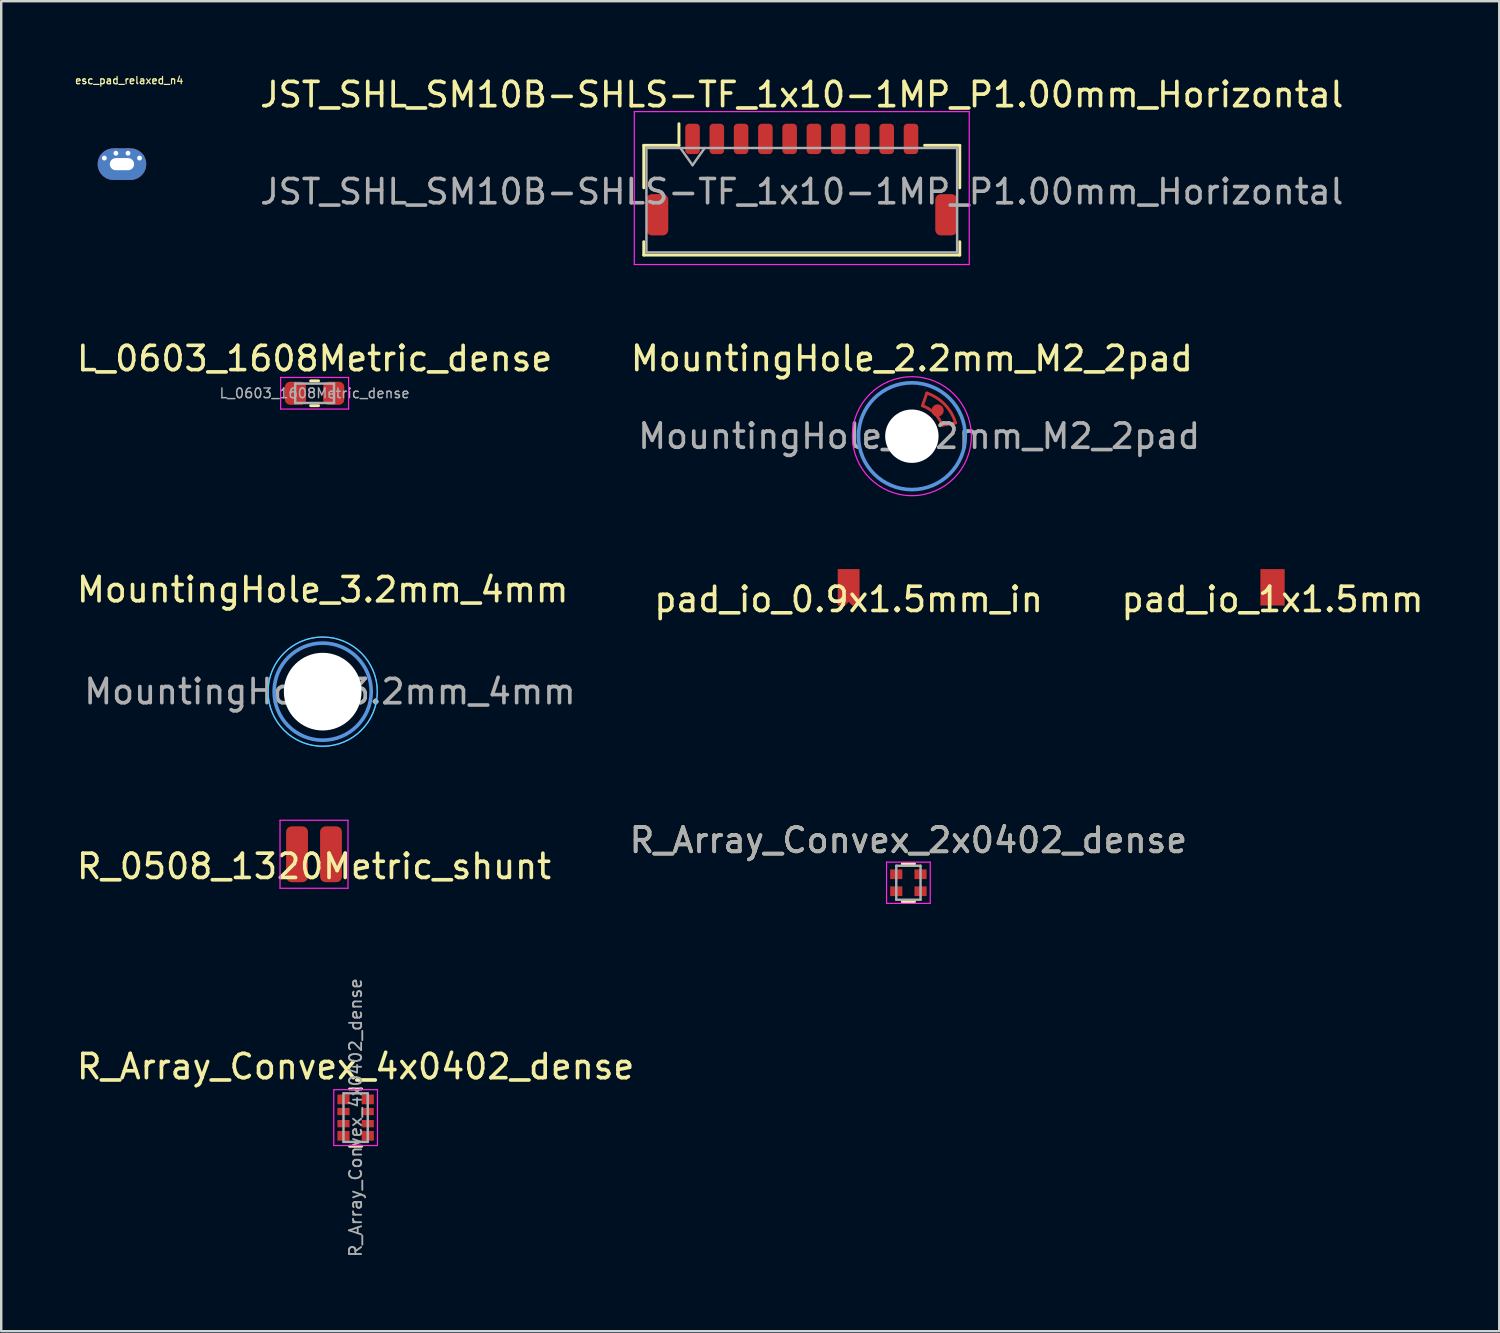
<source format=kicad_pcb>
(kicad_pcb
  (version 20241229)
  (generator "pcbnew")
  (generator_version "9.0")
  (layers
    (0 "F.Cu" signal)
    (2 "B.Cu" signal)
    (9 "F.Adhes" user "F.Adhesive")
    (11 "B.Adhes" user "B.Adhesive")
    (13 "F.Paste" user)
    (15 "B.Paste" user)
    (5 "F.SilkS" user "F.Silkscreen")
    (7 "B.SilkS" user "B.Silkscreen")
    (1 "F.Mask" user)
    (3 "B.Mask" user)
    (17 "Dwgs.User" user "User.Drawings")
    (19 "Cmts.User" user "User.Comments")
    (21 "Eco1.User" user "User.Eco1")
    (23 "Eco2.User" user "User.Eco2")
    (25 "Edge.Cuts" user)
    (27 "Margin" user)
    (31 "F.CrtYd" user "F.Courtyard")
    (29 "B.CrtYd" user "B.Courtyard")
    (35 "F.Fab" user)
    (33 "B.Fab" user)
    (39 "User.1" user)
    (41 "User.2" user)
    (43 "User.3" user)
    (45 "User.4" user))
  (footprint "esc_pad_relaxed_n4"
    (layer "F.Cu")
    (at 1.974 3.713)
    (property "Reference" "esc_pad_relaxed_n4" (at 0.3 -3.45 0) (layer "F.SilkS") (effects (font (size 0.3 0.3) (thickness 0.05))))
    (attr through_hole)
    (pad "1" thru_hole oval (at -0.725 -0.25) (size 0.4 0.4) (drill 0.2) (layers "*.Cu" "*.Mask"))
    (pad "1" thru_hole oval (at -0.25 -0.45) (size 0.4 0.4) (drill 0.2) (layers "*.Cu" "*.Mask"))
    (pad "1" thru_hole oval (at 0 0) (size 2 1.3) (drill oval 1 0.5) (layers "*.Cu" "*.Mask"))
    (pad "1" thru_hole oval (at 0.25 -0.45) (size 0.4 0.4) (drill 0.2) (layers "*.Cu" "*.Mask"))
    (pad "1" thru_hole oval (at 0.725 -0.25) (size 0.4 0.4) (drill 0.2) (layers "*.Cu" "*.Mask")))
  (footprint "pad_io_0.9x1.5mm_in"
    (layer "F.Cu")
    (at 31.913 21.146)
    (property "Reference" "pad_io_0.9x1.5mm_in" (at 0 0.5 0) (layer "F.SilkS") (effects (font (size 1 1) (thickness 0.15))))
    (attr exclude_from_pos_files exclude_from_bom)
    (pad "1" smd custom (at 0 0) (size 0.8 0.8) (layers "F.Cu" "F.Mask") (options (anchor rect)) (primitives (gr_poly (pts (xy 0.45 0.75) (xy 0.15 0.75) (xy 0 0.6) (xy -0.15 0.75) (xy -0.45 0.75) (xy -0.45 -0.75) (xy 0.45 -0.75)) (width 0) (fill yes)))))
  (footprint "MountingHole_2.2mm_M2_2pad"
    (layer "F.Cu")
    (at 34.518 14.921)
    (property "Reference" "MountingHole_2.2mm_M2_2pad" (at 0 -3.2 0) (layer "F.SilkS") (effects (font (size 1 1) (thickness 0.15))))
    (attr exclude_from_pos_files exclude_from_bom)
    (fp_line (start 0.435 -1.255) (end 0.616 -1.778) (stroke (width 0.12) (type solid)) (layer "F.Cu"))
    (fp_line (start 1.25 -0.45) (end 1.8 -0.55) (stroke (width 0.12) (type solid)) (layer "F.Cu"))
    (fp_arc (start 0.434736 -1.25539) (mid 0.933674 -0.94512) (end 1.25 -0.449999) (stroke (width 0.12) (type solid)) (layer "F.Cu"))
    (fp_arc (start 0.616159 -1.77844) (mid 1.355257 -1.306054) (end 1.8 -0.55) (stroke (width 0.12) (type solid)) (layer "F.Cu"))
    (fp_circle (center 0 0) (end 2.2 0) (stroke (width 0.15) (type solid)) (fill no) (layer "Cmts.User"))
    (fp_circle (center 0 0) (end 2.45 0) (stroke (width 0.05) (type solid)) (fill no) (layer "F.CrtYd"))
    (fp_text user "${REFERENCE}" (at 0.3 0 0) (layer "F.Fab") (effects (font (size 1 1) (thickness 0.15))))
    (pad "" np_thru_hole circle (at 0 0) (size 2.2 2.2) (drill 2.2) (layers "*.Cu" "*.Mask"))
    (pad "2" smd circle (at 1.061 -1.061) (size 0.5 0.5) (layers "F.Cu" "F.Mask" "F.Paste")))
  (footprint "R_Array_Convex_4x0402_dense"
    (layer "F.Cu")
    (at 11.601 42.994)
    (property "Reference" "R_Array_Convex_4x0402_dense" (at 0 -2.1 0) (layer "F.SilkS") (effects (font (size 1 1) (thickness 0.15))))
    (attr smd)
    (fp_line (start 0.25 -1.18) (end -0.25 -1.18) (stroke (width 0.12) (type solid)) (layer "F.SilkS"))
    (fp_line (start 0.25 1.18) (end -0.25 1.18) (stroke (width 0.12) (type solid)) (layer "F.SilkS"))
    (fp_line (start -0.9 -1.15) (end -0.9 1.15) (stroke (width 0.05) (type solid)) (layer "F.CrtYd"))
    (fp_line (start -0.9 -1.15) (end 0.9 -1.15) (stroke (width 0.05) (type solid)) (layer "F.CrtYd"))
    (fp_line (start 0.9 1.15) (end -0.9 1.15) (stroke (width 0.05) (type solid)) (layer "F.CrtYd"))
    (fp_line (start 0.9 1.15) (end 0.9 -1.15) (stroke (width 0.05) (type solid)) (layer "F.CrtYd"))
    (fp_line (start -0.5 -1) (end 0.5 -1) (stroke (width 0.1) (type solid)) (layer "F.Fab"))
    (fp_line (start -0.5 1) (end -0.5 -1) (stroke (width 0.1) (type solid)) (layer "F.Fab"))
    (fp_line (start 0.5 -1) (end 0.5 1) (stroke (width 0.1) (type solid)) (layer "F.Fab"))
    (fp_line (start 0.5 1) (end -0.5 1) (stroke (width 0.1) (type solid)) (layer "F.Fab"))
    (fp_text user "${REFERENCE}" (at 0 0 90) (layer "F.Fab") (effects (font (size 0.5 0.5) (thickness 0.075))))
    (pad "1" smd rect (at -0.5 -0.75) (size 0.5 0.4) (layers "F.Cu" "F.Mask" "F.Paste"))
    (pad "2" smd rect (at -0.5 -0.25) (size 0.5 0.3) (layers "F.Cu" "F.Mask" "F.Paste"))
    (pad "3" smd rect (at -0.5 0.25) (size 0.5 0.3) (layers "F.Cu" "F.Mask" "F.Paste"))
    (pad "4" smd rect (at -0.5 0.75) (size 0.5 0.4) (layers "F.Cu" "F.Mask" "F.Paste"))
    (pad "5" smd rect (at 0.5 0.75) (size 0.5 0.4) (layers "F.Cu" "F.Mask" "F.Paste"))
    (pad "6" smd rect (at 0.5 0.25) (size 0.5 0.3) (layers "F.Cu" "F.Mask" "F.Paste"))
    (pad "7" smd rect (at 0.5 -0.25) (size 0.5 0.3) (layers "F.Cu" "F.Mask" "F.Paste"))
    (pad "8" smd rect (at 0.5 -0.75) (size 0.5 0.4) (layers "F.Cu" "F.Mask" "F.Paste")))
  (footprint "pad_io_1x1.5mm"
    (layer "F.Cu")
    (at 49.377 21.146)
    (property "Reference" "pad_io_1x1.5mm" (at 0 0.5 0) (layer "F.SilkS") (effects (font (size 1 1) (thickness 0.15))))
    (attr exclude_from_pos_files exclude_from_bom)
    (pad "1" smd rect (at 0 0) (size 1 1.5) (layers "F.Cu" "F.Mask")))
  (footprint "JST_SHL_SM10B-SHLS-TF_1x10-1MP_P1.00mm_Horizontal"
    (layer "F.Cu")
    (at 29.982 4.348)
    (property "Reference" "JST_SHL_SM10B-SHLS-TF_1x10-1MP_P1.00mm_Horizontal" (at 0 -3.5 0) (layer "F.SilkS") (effects (font (size 1 1) (thickness 0.15))))
    (attr smd)
    (fp_line (start -6.51 -1.41) (end -5.06 -1.41) (stroke (width 0.12) (type solid)) (layer "F.SilkS"))
    (fp_line (start -6.51 0.34) (end -6.51 -1.41) (stroke (width 0.12) (type solid)) (layer "F.SilkS"))
    (fp_line (start -6.51 2.56) (end -6.51 3.11) (stroke (width 0.12) (type solid)) (layer "F.SilkS"))
    (fp_line (start -6.51 3.11) (end 6.51 3.11) (stroke (width 0.12) (type solid)) (layer "F.SilkS"))
    (fp_line (start -5.06 -1.41) (end -5.06 -2.3) (stroke (width 0.12) (type solid)) (layer "F.SilkS"))
    (fp_line (start 6.51 -1.41) (end 5.06 -1.41) (stroke (width 0.12) (type solid)) (layer "F.SilkS"))
    (fp_line (start 6.51 0.34) (end 6.51 -1.41) (stroke (width 0.12) (type solid)) (layer "F.SilkS"))
    (fp_line (start 6.51 3.11) (end 6.51 2.56) (stroke (width 0.12) (type solid)) (layer "F.SilkS"))
    (fp_line (start -6.9 -2.8) (end -6.9 3.5) (stroke (width 0.05) (type solid)) (layer "F.CrtYd"))
    (fp_line (start -6.9 3.5) (end 6.9 3.5) (stroke (width 0.05) (type solid)) (layer "F.CrtYd"))
    (fp_line (start 6.9 -2.8) (end -6.9 -2.8) (stroke (width 0.05) (type solid)) (layer "F.CrtYd"))
    (fp_line (start 6.9 3.5) (end 6.9 -2.8) (stroke (width 0.05) (type solid)) (layer "F.CrtYd"))
    (fp_line (start -6.4 -1.3) (end -6.4 3) (stroke (width 0.1) (type solid)) (layer "F.Fab"))
    (fp_line (start -6.4 -1.3) (end 6.4 -1.3) (stroke (width 0.1) (type solid)) (layer "F.Fab"))
    (fp_line (start -6.4 3) (end 6.4 3) (stroke (width 0.1) (type solid)) (layer "F.Fab"))
    (fp_line (start -5 -1.3) (end -4.5 -0.593) (stroke (width 0.1) (type solid)) (layer "F.Fab"))
    (fp_line (start -4.5 -0.593) (end -4 -1.3) (stroke (width 0.1) (type solid)) (layer "F.Fab"))
    (fp_line (start 6.4 -1.3) (end 6.4 3) (stroke (width 0.1) (type solid)) (layer "F.Fab"))
    (fp_text user "${REFERENCE}" (at 0 0.5 0) (layer "F.Fab") (effects (font (size 1 1) (thickness 0.15))))
    (pad "1" smd roundrect (at -4.5 -1.675) (size 0.6 1.25) (layers "F.Cu" "F.Mask" "F.Paste") (roundrect_rratio 0.25))
    (pad "2" smd roundrect (at -3.5 -1.675) (size 0.6 1.25) (layers "F.Cu" "F.Mask" "F.Paste") (roundrect_rratio 0.25))
    (pad "3" smd roundrect (at -2.5 -1.675) (size 0.6 1.25) (layers "F.Cu" "F.Mask" "F.Paste") (roundrect_rratio 0.25))
    (pad "4" smd roundrect (at -1.5 -1.675) (size 0.6 1.25) (layers "F.Cu" "F.Mask" "F.Paste") (roundrect_rratio 0.25))
    (pad "5" smd roundrect (at -0.5 -1.675) (size 0.6 1.25) (layers "F.Cu" "F.Mask" "F.Paste") (roundrect_rratio 0.25))
    (pad "6" smd roundrect (at 0.5 -1.675) (size 0.6 1.25) (layers "F.Cu" "F.Mask" "F.Paste") (roundrect_rratio 0.25))
    (pad "7" smd roundrect (at 1.5 -1.675) (size 0.6 1.25) (layers "F.Cu" "F.Mask" "F.Paste") (roundrect_rratio 0.25))
    (pad "8" smd roundrect (at 2.5 -1.675) (size 0.6 1.25) (layers "F.Cu" "F.Mask" "F.Paste") (roundrect_rratio 0.25))
    (pad "9" smd roundrect (at 3.5 -1.675) (size 0.6 1.25) (layers "F.Cu" "F.Mask" "F.Paste") (roundrect_rratio 0.25))
    (pad "10" smd roundrect (at 4.5 -1.675) (size 0.6 1.25) (layers "F.Cu" "F.Mask" "F.Paste") (roundrect_rratio 0.25))
    (pad "MP" smd roundrect (at -5.95 1.45) (size 0.9 1.7) (layers "F.Cu" "F.Mask" "F.Paste") (roundrect_rratio 0.25))
    (pad "MP" smd roundrect (at 5.95 1.45) (size 0.9 1.7) (layers "F.Cu" "F.Mask" "F.Paste") (roundrect_rratio 0.25)))
  (footprint "MountingHole_3.2mm_4mm"
    (layer "F.Cu")
    (at 10.244 25.445)
    (property "Reference" "MountingHole_3.2mm_4mm" (at 0 -4.2 0) (layer "F.SilkS") (effects (font (size 1 1) (thickness 0.15))))
    (attr exclude_from_pos_files exclude_from_bom)
    (fp_circle (center 0 0) (end 2 0) (stroke (width 0.15) (type solid)) (fill no) (layer "Cmts.User"))
    (fp_circle (center 0 0) (end 2.25 0) (stroke (width 0.05) (type solid)) (fill no) (layer "B.CrtYd"))
    (fp_circle (center 0 0) (end 2.25 0) (stroke (width 0.05) (type solid)) (fill no) (layer "F.CrtYd"))
    (fp_text user "${REFERENCE}" (at 0.3 0 0) (layer "F.Fab") (effects (font (size 1 1) (thickness 0.15))))
    (pad "" np_thru_hole circle (at 0 0) (size 3.2 3.2) (drill 3.2) (layers "*.Cu" "*.Mask")))
  (footprint "R_0508_1320Metric_shunt"
    (layer "F.Cu")
    (at 9.887 32.145)
    (property "Reference" "R_0508_1320Metric_shunt" (at 0 0.5 0) (layer "F.SilkS") (effects (font (size 1 1) (thickness 0.15))))
    (attr through_hole)
    (fp_line (start -1.4 -1.4) (end -1.4 1.4) (stroke (width 0.05) (type solid)) (layer "F.CrtYd"))
    (fp_line (start -1.4 1.4) (end 1.4 1.4) (stroke (width 0.05) (type solid)) (layer "F.CrtYd"))
    (fp_line (start 1.4 -1.4) (end -1.4 -1.4) (stroke (width 0.05) (type solid)) (layer "F.CrtYd"))
    (fp_line (start 1.4 1.4) (end 1.4 -1.4) (stroke (width 0.05) (type solid)) (layer "F.CrtYd"))
    (pad "1" smd roundrect (at -0.7 0) (size 0.9 2.3) (layers "F.Cu" "F.Mask" "F.Paste") (roundrect_rratio 0.25))
    (pad "2" smd roundrect (at 0.7 0) (size 0.9 2.3) (layers "F.Cu" "F.Mask" "F.Paste") (roundrect_rratio 0.25)))
  (footprint "L_0603_1608Metric_dense"
    (layer "F.Cu")
    (at 9.911 13.152)
    (property "Reference" "L_0603_1608Metric_dense" (at 0 -1.43 0) (layer "F.SilkS") (effects (font (size 1 1) (thickness 0.15))))
    (attr smd)
    (fp_line (start -0.163 -0.51) (end 0.163 -0.51) (stroke (width 0.12) (type solid)) (layer "F.SilkS"))
    (fp_line (start -0.163 0.51) (end 0.163 0.51) (stroke (width 0.12) (type solid)) (layer "F.SilkS"))
    (fp_line (start -1.4 -0.65) (end 1.4 -0.65) (stroke (width 0.05) (type solid)) (layer "F.CrtYd"))
    (fp_line (start -1.4 0.65) (end -1.4 -0.65) (stroke (width 0.05) (type solid)) (layer "F.CrtYd"))
    (fp_line (start 1.4 -0.65) (end 1.4 0.65) (stroke (width 0.05) (type solid)) (layer "F.CrtYd"))
    (fp_line (start 1.4 0.65) (end -1.4 0.65) (stroke (width 0.05) (type solid)) (layer "F.CrtYd"))
    (fp_line (start -0.8 -0.4) (end 0.8 -0.4) (stroke (width 0.1) (type solid)) (layer "F.Fab"))
    (fp_line (start -0.8 0.4) (end -0.8 -0.4) (stroke (width 0.1) (type solid)) (layer "F.Fab"))
    (fp_line (start 0.8 -0.4) (end 0.8 0.4) (stroke (width 0.1) (type solid)) (layer "F.Fab"))
    (fp_line (start 0.8 0.4) (end -0.8 0.4) (stroke (width 0.1) (type solid)) (layer "F.Fab"))
    (fp_text user "${REFERENCE}" (at 0 0 0) (layer "F.Fab") (effects (font (size 0.4 0.4) (thickness 0.06))))
    (pad "1" smd roundrect (at -0.787 0) (size 0.875 0.95) (layers "F.Cu" "F.Mask" "F.Paste") (roundrect_rratio 0.25))
    (pad "2" smd roundrect (at 0.787 0) (size 0.875 0.95) (layers "F.Cu" "F.Mask" "F.Paste") (roundrect_rratio 0.25)))
  (footprint "R_Array_Convex_2x0402_dense"
    (layer "F.Cu")
    (at 34.375 33.318)
    (property "Reference" "R_Array_Convex_2x0402_dense" (at 0 -1.75 0) (layer "F.SilkS") (effects (font (size 1 1) (thickness 0.15))))
    (attr smd)
    (fp_line (start 0.25 -0.78) (end -0.25 -0.78) (stroke (width 0.12) (type solid)) (layer "F.SilkS"))
    (fp_line (start 0.25 0.78) (end -0.25 0.78) (stroke (width 0.12) (type solid)) (layer "F.SilkS"))
    (fp_line (start -0.9 -0.85) (end -0.9 0.85) (stroke (width 0.05) (type solid)) (layer "F.CrtYd"))
    (fp_line (start -0.9 -0.85) (end 0.9 -0.85) (stroke (width 0.05) (type solid)) (layer "F.CrtYd"))
    (fp_line (start 0.9 0.85) (end -0.9 0.85) (stroke (width 0.05) (type solid)) (layer "F.CrtYd"))
    (fp_line (start 0.9 0.85) (end 0.9 -0.85) (stroke (width 0.05) (type solid)) (layer "F.CrtYd"))
    (fp_line (start -0.5 -0.7) (end -0.5 0.7) (stroke (width 0.1) (type solid)) (layer "F.Fab"))
    (fp_line (start -0.5 0.7) (end 0.5 0.7) (stroke (width 0.1) (type solid)) (layer "F.Fab"))
    (fp_line (start 0.5 -0.7) (end -0.5 -0.7) (stroke (width 0.1) (type solid)) (layer "F.Fab"))
    (fp_line (start 0.5 0.7) (end 0.5 -0.7) (stroke (width 0.1) (type solid)) (layer "F.Fab"))
    (fp_text user "${REFERENCE}" (at 0 -1.75 0) (layer "F.Fab") (effects (font (size 1 1) (thickness 0.15))))
    (pad "1" smd rect (at -0.5 -0.35) (size 0.5 0.4) (layers "F.Cu" "F.Mask" "F.Paste"))
    (pad "2" smd rect (at -0.5 0.35) (size 0.5 0.4) (layers "F.Cu" "F.Mask" "F.Paste"))
    (pad "3" smd rect (at 0.5 0.35) (size 0.5 0.4) (layers "F.Cu" "F.Mask" "F.Paste"))
    (pad "4" smd rect (at 0.5 -0.35) (size 0.5 0.4) (layers "F.Cu" "F.Mask" "F.Paste")))
  (gr_rect
    (start -3 -3)
    (end 58.717 51.794)
    (stroke (width 0.1) (type default))
    (fill no)
    (layer "Edge.Cuts")))
</source>
